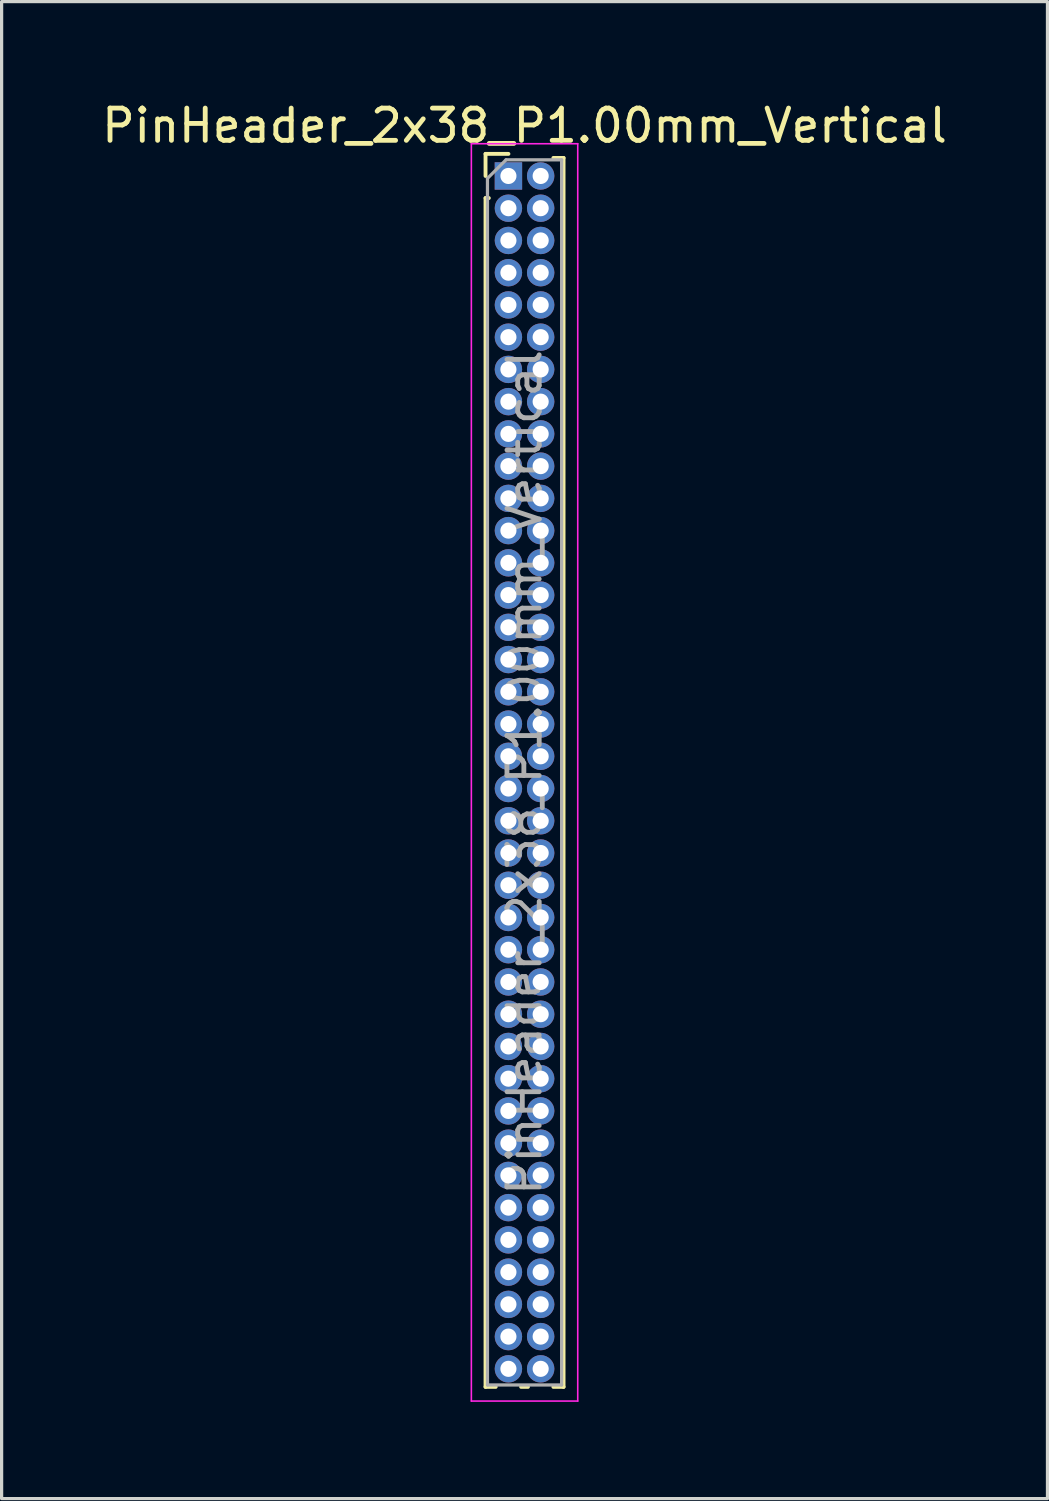
<source format=kicad_pcb>
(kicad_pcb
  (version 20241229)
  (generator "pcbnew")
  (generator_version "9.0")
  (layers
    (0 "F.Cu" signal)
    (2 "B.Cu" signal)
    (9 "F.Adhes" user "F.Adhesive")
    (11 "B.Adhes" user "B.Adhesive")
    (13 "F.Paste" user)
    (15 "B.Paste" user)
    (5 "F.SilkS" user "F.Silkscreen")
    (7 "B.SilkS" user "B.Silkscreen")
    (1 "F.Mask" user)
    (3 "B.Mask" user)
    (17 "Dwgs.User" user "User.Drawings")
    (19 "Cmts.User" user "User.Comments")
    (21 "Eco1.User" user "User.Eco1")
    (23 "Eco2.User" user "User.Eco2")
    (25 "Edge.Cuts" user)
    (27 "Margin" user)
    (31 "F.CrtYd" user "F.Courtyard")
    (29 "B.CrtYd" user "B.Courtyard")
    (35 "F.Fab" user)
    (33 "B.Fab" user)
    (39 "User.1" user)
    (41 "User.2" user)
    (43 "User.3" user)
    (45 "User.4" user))
  (footprint "PinHeader_2x38_P1.00mm_Vertical"
    (layer "F.Cu")
    (at 12.72 2.408)
    (property "Reference" "PinHeader_2x38_P1.00mm_Vertical" (at 0.5 -1.56 0) (layer "F.SilkS") (effects (font (size 1 1) (thickness 0.15))))
    (attr through_hole)
    (fp_line (start -0.71 -0.685) (end 0 -0.685) (stroke (width 0.12) (type solid)) (layer "F.SilkS"))
    (fp_line (start -0.71 0) (end -0.71 -0.685) (stroke (width 0.12) (type solid)) (layer "F.SilkS"))
    (fp_line (start -0.71 0.685) (end -0.71 37.56) (stroke (width 0.12) (type solid)) (layer "F.SilkS"))
    (fp_line (start -0.71 0.685) (end -0.608 0.685) (stroke (width 0.12) (type solid)) (layer "F.SilkS"))
    (fp_line (start -0.71 37.56) (end -0.394 37.56) (stroke (width 0.12) (type solid)) (layer "F.SilkS"))
    (fp_line (start 0.394 37.56) (end 0.606 37.56) (stroke (width 0.12) (type solid)) (layer "F.SilkS"))
    (fp_line (start 1.394 -0.56) (end 1.71 -0.56) (stroke (width 0.12) (type solid)) (layer "F.SilkS"))
    (fp_line (start 1.394 37.56) (end 1.71 37.56) (stroke (width 0.12) (type solid)) (layer "F.SilkS"))
    (fp_line (start 1.71 -0.56) (end 1.71 37.56) (stroke (width 0.12) (type solid)) (layer "F.SilkS"))
    (fp_line (start -1.15 -1) (end -1.15 38) (stroke (width 0.05) (type solid)) (layer "F.CrtYd"))
    (fp_line (start -1.15 38) (end 2.15 38) (stroke (width 0.05) (type solid)) (layer "F.CrtYd"))
    (fp_line (start 2.15 -1) (end -1.15 -1) (stroke (width 0.05) (type solid)) (layer "F.CrtYd"))
    (fp_line (start 2.15 38) (end 2.15 -1) (stroke (width 0.05) (type solid)) (layer "F.CrtYd"))
    (fp_line (start -0.65 0.075) (end -0.075 -0.5) (stroke (width 0.1) (type solid)) (layer "F.Fab"))
    (fp_line (start -0.65 37.5) (end -0.65 0.075) (stroke (width 0.1) (type solid)) (layer "F.Fab"))
    (fp_line (start -0.075 -0.5) (end 1.65 -0.5) (stroke (width 0.1) (type solid)) (layer "F.Fab"))
    (fp_line (start 1.65 -0.5) (end 1.65 37.5) (stroke (width 0.1) (type solid)) (layer "F.Fab"))
    (fp_line (start 1.65 37.5) (end -0.65 37.5) (stroke (width 0.1) (type solid)) (layer "F.Fab"))
    (fp_text user "${REFERENCE}" (at 0.5 18.5 90) (layer "F.Fab") (effects (font (size 1 1) (thickness 0.15))))
    (pad "1" thru_hole rect (at 0 0) (size 0.85 0.85) (drill 0.5) (layers "*.Cu" "*.Mask"))
    (pad "2" thru_hole oval (at 1 0) (size 0.85 0.85) (drill 0.5) (layers "*.Cu" "*.Mask"))
    (pad "3" thru_hole oval (at 0 1) (size 0.85 0.85) (drill 0.5) (layers "*.Cu" "*.Mask"))
    (pad "4" thru_hole oval (at 1 1) (size 0.85 0.85) (drill 0.5) (layers "*.Cu" "*.Mask"))
    (pad "5" thru_hole oval (at 0 2) (size 0.85 0.85) (drill 0.5) (layers "*.Cu" "*.Mask"))
    (pad "6" thru_hole oval (at 1 2) (size 0.85 0.85) (drill 0.5) (layers "*.Cu" "*.Mask"))
    (pad "7" thru_hole oval (at 0 3) (size 0.85 0.85) (drill 0.5) (layers "*.Cu" "*.Mask"))
    (pad "8" thru_hole oval (at 1 3) (size 0.85 0.85) (drill 0.5) (layers "*.Cu" "*.Mask"))
    (pad "9" thru_hole oval (at 0 4) (size 0.85 0.85) (drill 0.5) (layers "*.Cu" "*.Mask"))
    (pad "10" thru_hole oval (at 1 4) (size 0.85 0.85) (drill 0.5) (layers "*.Cu" "*.Mask"))
    (pad "11" thru_hole oval (at 0 5) (size 0.85 0.85) (drill 0.5) (layers "*.Cu" "*.Mask"))
    (pad "12" thru_hole oval (at 1 5) (size 0.85 0.85) (drill 0.5) (layers "*.Cu" "*.Mask"))
    (pad "13" thru_hole oval (at 0 6) (size 0.85 0.85) (drill 0.5) (layers "*.Cu" "*.Mask"))
    (pad "14" thru_hole oval (at 1 6) (size 0.85 0.85) (drill 0.5) (layers "*.Cu" "*.Mask"))
    (pad "15" thru_hole oval (at 0 7) (size 0.85 0.85) (drill 0.5) (layers "*.Cu" "*.Mask"))
    (pad "16" thru_hole oval (at 1 7) (size 0.85 0.85) (drill 0.5) (layers "*.Cu" "*.Mask"))
    (pad "17" thru_hole oval (at 0 8) (size 0.85 0.85) (drill 0.5) (layers "*.Cu" "*.Mask"))
    (pad "18" thru_hole oval (at 1 8) (size 0.85 0.85) (drill 0.5) (layers "*.Cu" "*.Mask"))
    (pad "19" thru_hole oval (at 0 9) (size 0.85 0.85) (drill 0.5) (layers "*.Cu" "*.Mask"))
    (pad "20" thru_hole oval (at 1 9) (size 0.85 0.85) (drill 0.5) (layers "*.Cu" "*.Mask"))
    (pad "21" thru_hole oval (at 0 10) (size 0.85 0.85) (drill 0.5) (layers "*.Cu" "*.Mask"))
    (pad "22" thru_hole oval (at 1 10) (size 0.85 0.85) (drill 0.5) (layers "*.Cu" "*.Mask"))
    (pad "23" thru_hole oval (at 0 11) (size 0.85 0.85) (drill 0.5) (layers "*.Cu" "*.Mask"))
    (pad "24" thru_hole oval (at 1 11) (size 0.85 0.85) (drill 0.5) (layers "*.Cu" "*.Mask"))
    (pad "25" thru_hole oval (at 0 12) (size 0.85 0.85) (drill 0.5) (layers "*.Cu" "*.Mask"))
    (pad "26" thru_hole oval (at 1 12) (size 0.85 0.85) (drill 0.5) (layers "*.Cu" "*.Mask"))
    (pad "27" thru_hole oval (at 0 13) (size 0.85 0.85) (drill 0.5) (layers "*.Cu" "*.Mask"))
    (pad "28" thru_hole oval (at 1 13) (size 0.85 0.85) (drill 0.5) (layers "*.Cu" "*.Mask"))
    (pad "29" thru_hole oval (at 0 14) (size 0.85 0.85) (drill 0.5) (layers "*.Cu" "*.Mask"))
    (pad "30" thru_hole oval (at 1 14) (size 0.85 0.85) (drill 0.5) (layers "*.Cu" "*.Mask"))
    (pad "31" thru_hole oval (at 0 15) (size 0.85 0.85) (drill 0.5) (layers "*.Cu" "*.Mask"))
    (pad "32" thru_hole oval (at 1 15) (size 0.85 0.85) (drill 0.5) (layers "*.Cu" "*.Mask"))
    (pad "33" thru_hole oval (at 0 16) (size 0.85 0.85) (drill 0.5) (layers "*.Cu" "*.Mask"))
    (pad "34" thru_hole oval (at 1 16) (size 0.85 0.85) (drill 0.5) (layers "*.Cu" "*.Mask"))
    (pad "35" thru_hole oval (at 0 17) (size 0.85 0.85) (drill 0.5) (layers "*.Cu" "*.Mask"))
    (pad "36" thru_hole oval (at 1 17) (size 0.85 0.85) (drill 0.5) (layers "*.Cu" "*.Mask"))
    (pad "37" thru_hole oval (at 0 18) (size 0.85 0.85) (drill 0.5) (layers "*.Cu" "*.Mask"))
    (pad "38" thru_hole oval (at 1 18) (size 0.85 0.85) (drill 0.5) (layers "*.Cu" "*.Mask"))
    (pad "39" thru_hole oval (at 0 19) (size 0.85 0.85) (drill 0.5) (layers "*.Cu" "*.Mask"))
    (pad "40" thru_hole oval (at 1 19) (size 0.85 0.85) (drill 0.5) (layers "*.Cu" "*.Mask"))
    (pad "41" thru_hole oval (at 0 20) (size 0.85 0.85) (drill 0.5) (layers "*.Cu" "*.Mask"))
    (pad "42" thru_hole oval (at 1 20) (size 0.85 0.85) (drill 0.5) (layers "*.Cu" "*.Mask"))
    (pad "43" thru_hole oval (at 0 21) (size 0.85 0.85) (drill 0.5) (layers "*.Cu" "*.Mask"))
    (pad "44" thru_hole oval (at 1 21) (size 0.85 0.85) (drill 0.5) (layers "*.Cu" "*.Mask"))
    (pad "45" thru_hole oval (at 0 22) (size 0.85 0.85) (drill 0.5) (layers "*.Cu" "*.Mask"))
    (pad "46" thru_hole oval (at 1 22) (size 0.85 0.85) (drill 0.5) (layers "*.Cu" "*.Mask"))
    (pad "47" thru_hole oval (at 0 23) (size 0.85 0.85) (drill 0.5) (layers "*.Cu" "*.Mask"))
    (pad "48" thru_hole oval (at 1 23) (size 0.85 0.85) (drill 0.5) (layers "*.Cu" "*.Mask"))
    (pad "49" thru_hole oval (at 0 24) (size 0.85 0.85) (drill 0.5) (layers "*.Cu" "*.Mask"))
    (pad "50" thru_hole oval (at 1 24) (size 0.85 0.85) (drill 0.5) (layers "*.Cu" "*.Mask"))
    (pad "51" thru_hole oval (at 0 25) (size 0.85 0.85) (drill 0.5) (layers "*.Cu" "*.Mask"))
    (pad "52" thru_hole oval (at 1 25) (size 0.85 0.85) (drill 0.5) (layers "*.Cu" "*.Mask"))
    (pad "53" thru_hole oval (at 0 26) (size 0.85 0.85) (drill 0.5) (layers "*.Cu" "*.Mask"))
    (pad "54" thru_hole oval (at 1 26) (size 0.85 0.85) (drill 0.5) (layers "*.Cu" "*.Mask"))
    (pad "55" thru_hole oval (at 0 27) (size 0.85 0.85) (drill 0.5) (layers "*.Cu" "*.Mask"))
    (pad "56" thru_hole oval (at 1 27) (size 0.85 0.85) (drill 0.5) (layers "*.Cu" "*.Mask"))
    (pad "57" thru_hole oval (at 0 28) (size 0.85 0.85) (drill 0.5) (layers "*.Cu" "*.Mask"))
    (pad "58" thru_hole oval (at 1 28) (size 0.85 0.85) (drill 0.5) (layers "*.Cu" "*.Mask"))
    (pad "59" thru_hole oval (at 0 29) (size 0.85 0.85) (drill 0.5) (layers "*.Cu" "*.Mask"))
    (pad "60" thru_hole oval (at 1 29) (size 0.85 0.85) (drill 0.5) (layers "*.Cu" "*.Mask"))
    (pad "61" thru_hole oval (at 0 30) (size 0.85 0.85) (drill 0.5) (layers "*.Cu" "*.Mask"))
    (pad "62" thru_hole oval (at 1 30) (size 0.85 0.85) (drill 0.5) (layers "*.Cu" "*.Mask"))
    (pad "63" thru_hole oval (at 0 31) (size 0.85 0.85) (drill 0.5) (layers "*.Cu" "*.Mask"))
    (pad "64" thru_hole oval (at 1 31) (size 0.85 0.85) (drill 0.5) (layers "*.Cu" "*.Mask"))
    (pad "65" thru_hole oval (at 0 32) (size 0.85 0.85) (drill 0.5) (layers "*.Cu" "*.Mask"))
    (pad "66" thru_hole oval (at 1 32) (size 0.85 0.85) (drill 0.5) (layers "*.Cu" "*.Mask"))
    (pad "67" thru_hole oval (at 0 33) (size 0.85 0.85) (drill 0.5) (layers "*.Cu" "*.Mask"))
    (pad "68" thru_hole oval (at 1 33) (size 0.85 0.85) (drill 0.5) (layers "*.Cu" "*.Mask"))
    (pad "69" thru_hole oval (at 0 34) (size 0.85 0.85) (drill 0.5) (layers "*.Cu" "*.Mask"))
    (pad "70" thru_hole oval (at 1 34) (size 0.85 0.85) (drill 0.5) (layers "*.Cu" "*.Mask"))
    (pad "71" thru_hole oval (at 0 35) (size 0.85 0.85) (drill 0.5) (layers "*.Cu" "*.Mask"))
    (pad "72" thru_hole oval (at 1 35) (size 0.85 0.85) (drill 0.5) (layers "*.Cu" "*.Mask"))
    (pad "73" thru_hole oval (at 0 36) (size 0.85 0.85) (drill 0.5) (layers "*.Cu" "*.Mask"))
    (pad "74" thru_hole oval (at 1 36) (size 0.85 0.85) (drill 0.5) (layers "*.Cu" "*.Mask"))
    (pad "75" thru_hole oval (at 0 37) (size 0.85 0.85) (drill 0.5) (layers "*.Cu" "*.Mask"))
    (pad "76" thru_hole oval (at 1 37) (size 0.85 0.85) (drill 0.5) (layers "*.Cu" "*.Mask")))
  (gr_rect
    (start -3 -3)
    (end 29.44 43.433)
    (stroke (width 0.1) (type default))
    (fill no)
    (layer "Edge.Cuts")))
</source>
